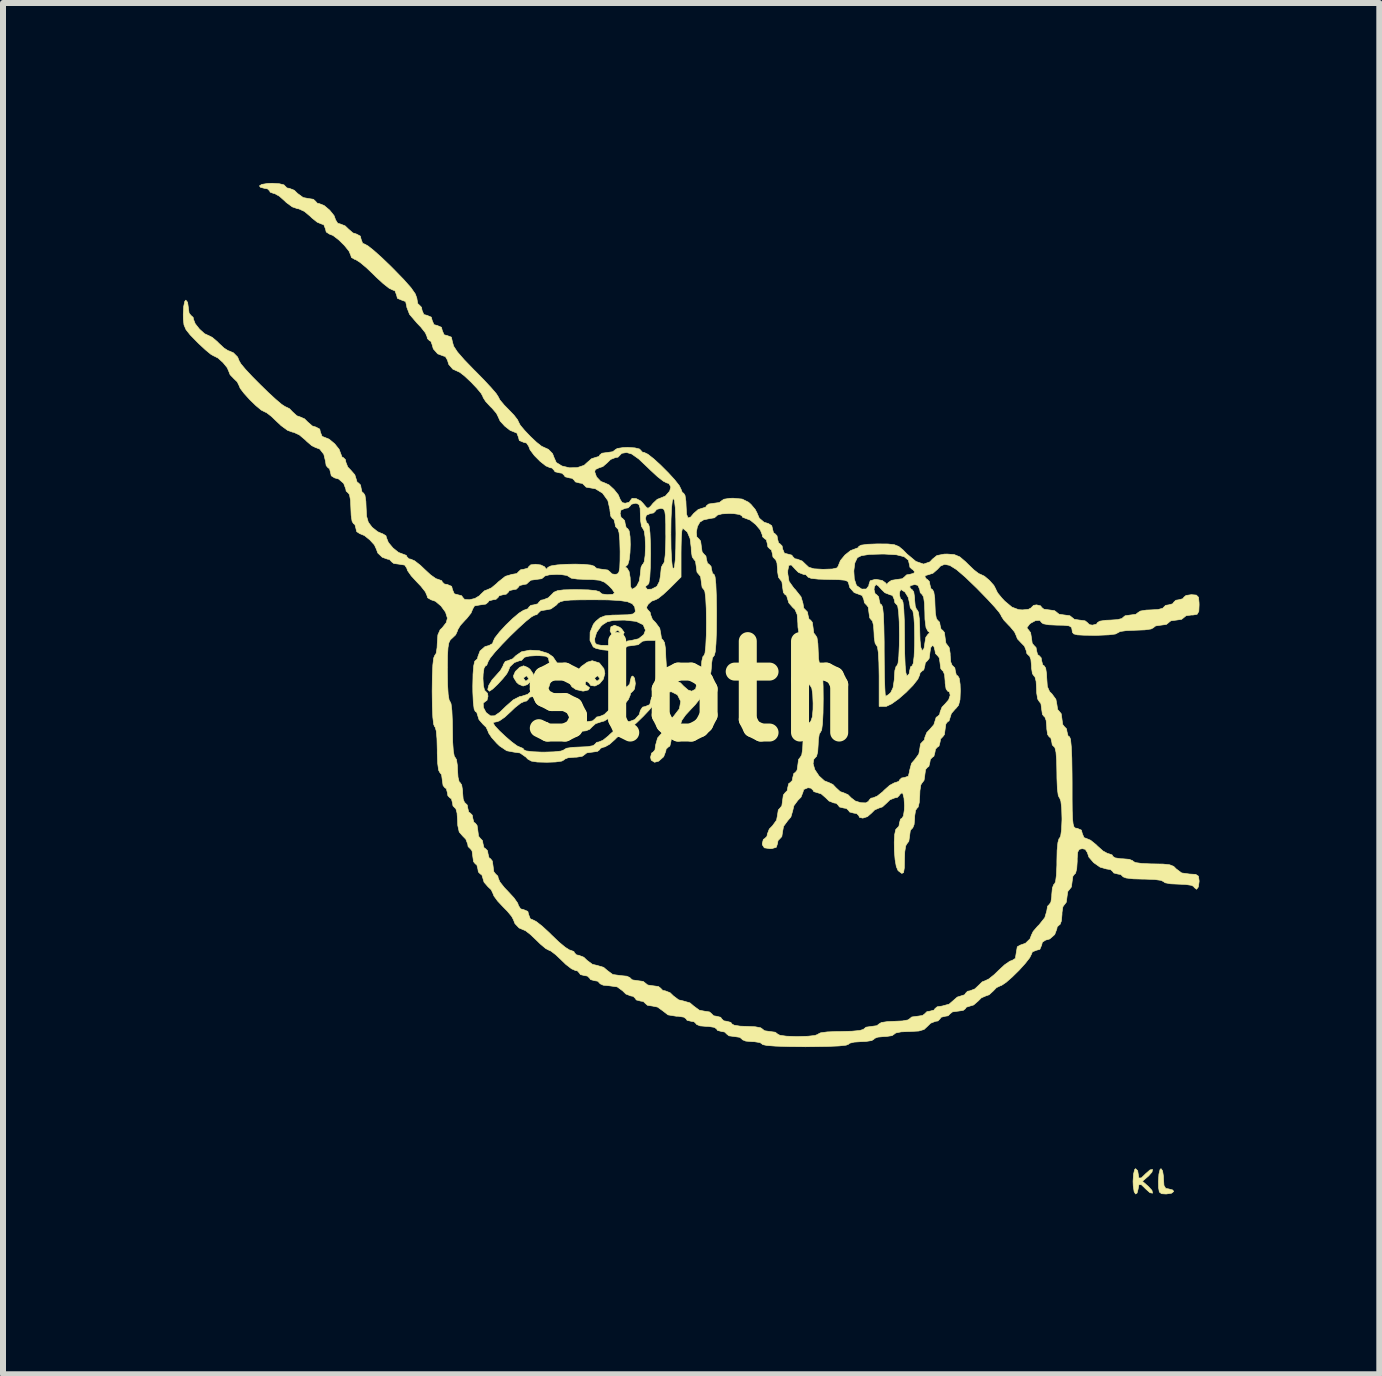
<source format=kicad_pcb>
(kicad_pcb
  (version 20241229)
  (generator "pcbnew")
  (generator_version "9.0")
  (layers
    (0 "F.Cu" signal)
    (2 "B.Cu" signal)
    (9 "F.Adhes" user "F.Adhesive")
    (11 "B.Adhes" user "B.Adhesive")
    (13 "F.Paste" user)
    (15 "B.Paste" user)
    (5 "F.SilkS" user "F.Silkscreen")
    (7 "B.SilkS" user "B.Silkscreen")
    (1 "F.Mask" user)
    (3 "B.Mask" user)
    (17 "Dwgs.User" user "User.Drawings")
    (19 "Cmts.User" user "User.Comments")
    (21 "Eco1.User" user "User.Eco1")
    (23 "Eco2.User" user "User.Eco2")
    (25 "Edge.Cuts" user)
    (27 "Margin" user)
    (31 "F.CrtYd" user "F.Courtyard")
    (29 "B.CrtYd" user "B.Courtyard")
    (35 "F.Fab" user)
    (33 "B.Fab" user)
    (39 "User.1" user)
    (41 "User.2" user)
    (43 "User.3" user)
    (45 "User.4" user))
  (footprint "sloth"
    (layer "F.Cu")
    (at 8.472 8.472)
    (property "Reference" "sloth" (at 0 0 0) (layer "F.SilkS") (effects (font (size 1.524 1.524) (thickness 0.3))))
    (attr through_hole)
    (fp_poly (pts (xy 7.858 7.996) (xy 7.873 8.09) (xy 7.874 8.128) (xy 7.881 8.239) (xy 7.91 8.288) (xy 7.959 8.297) (xy 8.027 8.315) (xy 8.043 8.34) (xy 8.007 8.369) (xy 7.918 8.382) (xy 7.916 8.382) (xy 7.841 8.377) (xy 7.804 8.349) (xy 7.791 8.275) (xy 7.789 8.17) (xy 7.797 8.05) (xy 7.816 7.973) (xy 7.832 7.959) (xy 7.858 7.996)) (stroke (width 0.01) (type solid)) (fill yes) (layer "F.SilkS"))
    (fp_poly (pts (xy -1.19 -1.065) (xy -1.158 -1.037) (xy -1.116 -0.979) (xy -1.142 -0.927) (xy -1.158 -0.91) (xy -1.218 -0.857) (xy -1.259 -0.865) (xy -1.302 -0.91) (xy -1.336 -0.974) (xy -1.27 -0.974) (xy -1.238 -0.933) (xy -1.228 -0.931) (xy -1.187 -0.964) (xy -1.185 -0.974) (xy -1.218 -1.015) (xy -1.228 -1.016) (xy -1.269 -0.984) (xy -1.27 -0.974) (xy -1.336 -0.974) (xy -1.352 -1.004) (xy -1.338 -1.073) (xy -1.277 -1.099) (xy -1.19 -1.065)) (stroke (width 0.01) (type solid)) (fill yes) (layer "F.SilkS"))
    (fp_poly (pts (xy -2.726 -0.396) (xy -2.685 -0.363) (xy -2.635 -0.29) (xy -2.625 -0.254) (xy -2.658 -0.177) (xy -2.734 -0.109) (xy -2.802 -0.086) (xy -2.875 -0.117) (xy -2.91 -0.148) (xy -2.949 -0.212) (xy -2.794 -0.212) (xy -2.762 -0.171) (xy -2.752 -0.169) (xy -2.711 -0.202) (xy -2.709 -0.212) (xy -2.742 -0.253) (xy -2.752 -0.254) (xy -2.793 -0.222) (xy -2.794 -0.212) (xy -2.949 -0.212) (xy -2.956 -0.222) (xy -2.963 -0.255) (xy -2.931 -0.329) (xy -2.859 -0.398) (xy -2.794 -0.423) (xy -2.726 -0.396)) (stroke (width 0.01) (type solid)) (fill yes) (layer "F.SilkS"))
    (fp_poly (pts (xy 7.443 7.994) (xy 7.451 8.043) (xy 7.463 8.115) (xy 7.504 8.114) (xy 7.581 8.039) (xy 7.584 8.037) (xy 7.649 7.98) (xy 7.691 7.973) (xy 7.682 8.016) (xy 7.623 8.083) (xy 7.62 8.085) (xy 7.522 8.17) (xy 7.62 8.255) (xy 7.681 8.322) (xy 7.691 8.367) (xy 7.691 8.368) (xy 7.647 8.36) (xy 7.584 8.304) (xy 7.506 8.228) (xy 7.464 8.225) (xy 7.451 8.295) (xy 7.451 8.297) (xy 7.433 8.366) (xy 7.408 8.382) (xy 7.384 8.344) (xy 7.369 8.247) (xy 7.366 8.17) (xy 7.374 8.05) (xy 7.393 7.973) (xy 7.408 7.959) (xy 7.443 7.994)) (stroke (width 0.01) (type solid)) (fill yes) (layer "F.SilkS"))
    (fp_poly (pts (xy -1.531 -0.471) (xy -1.455 -0.375) (xy -1.439 -0.296) (xy -1.465 -0.2) (xy -1.527 -0.125) (xy -1.604 -0.086) (xy -1.673 -0.094) (xy -1.705 -0.138) (xy -1.742 -0.165) (xy -1.762 -0.153) (xy -1.767 -0.109) (xy -1.746 -0.097) (xy -1.694 -0.058) (xy -1.714 -0.021) (xy -1.793 -0.002) (xy -1.81 -0.002) (xy -1.92 -0.027) (xy -1.988 -0.073) (xy -2.025 -0.132) (xy -1.998 -0.159) (xy -1.952 -0.211) (xy -1.952 -0.212) (xy -1.609 -0.212) (xy -1.576 -0.171) (xy -1.566 -0.169) (xy -1.525 -0.202) (xy -1.524 -0.212) (xy -1.556 -0.253) (xy -1.566 -0.254) (xy -1.607 -0.222) (xy -1.609 -0.212) (xy -1.952 -0.212) (xy -1.947 -0.238) (xy -1.913 -0.322) (xy -1.831 -0.413) (xy -1.731 -0.484) (xy -1.65 -0.508) (xy -1.531 -0.471)) (stroke (width 0.01) (type solid)) (fill yes) (layer "F.SilkS"))
    (fp_poly (pts (xy -0.944 -0.217) (xy -0.931 -0.129) (xy -0.931 -0.127) (xy -0.944 -0.038) (xy -0.973 -0.00001) (xy -0.974 0) (xy -1.011 0.034) (xy -1.016 0.065) (xy -1.048 0.14) (xy -1.129 0.241) (xy -1.238 0.348) (xy -1.353 0.44) (xy -1.452 0.498) (xy -1.492 0.508) (xy -1.593 0.541) (xy -1.651 0.593) (xy -1.692 0.635) (xy -1.753 0.66) (xy -1.854 0.672) (xy -2.015 0.676) (xy -2.073 0.676) (xy -2.279 0.669) (xy -2.411 0.651) (xy -2.482 0.62) (xy -2.487 0.614) (xy -2.535 0.544) (xy -2.512 0.513) (xy -2.455 0.508) (xy -2.387 0.526) (xy -2.371 0.55) (xy -2.332 0.573) (xy -2.231 0.588) (xy -2.117 0.593) (xy -1.981 0.586) (xy -1.89 0.569) (xy -1.863 0.55) (xy -1.826 0.521) (xy -1.737 0.508) (xy -1.736 0.508) (xy -1.646 0.496) (xy -1.609 0.466) (xy -1.609 0.466) (xy -1.574 0.43) (xy -1.533 0.423) (xy -1.451 0.391) (xy -1.397 0.339) (xy -1.321 0.273) (xy -1.261 0.254) (xy -1.197 0.22) (xy -1.185 0.169) (xy -1.168 0.101) (xy -1.143 0.085) (xy -1.109 0.049) (xy -1.101 0) (xy -1.083 -0.069) (xy -1.058 -0.085) (xy -1.024 -0.12) (xy -1.016 -0.169) (xy -0.998 -0.238) (xy -0.974 -0.254) (xy -0.944 -0.217)) (stroke (width 0.01) (type solid)) (fill yes) (layer "F.SilkS"))
    (fp_poly (pts (xy -6.864 -8.459) (xy -6.788 -8.44) (xy -6.773 -8.424) (xy -6.738 -8.389) (xy -6.698 -8.382) (xy -6.616 -8.35) (xy -6.562 -8.297) (xy -6.468 -8.229) (xy -6.383 -8.213) (xy -6.298 -8.2) (xy -6.265 -8.17) (xy -6.231 -8.133) (xy -6.2 -8.128) (xy -6.119 -8.096) (xy -6.027 -8.019) (xy -5.953 -7.927) (xy -5.927 -7.855) (xy -5.892 -7.8) (xy -5.851 -7.789) (xy -5.769 -7.757) (xy -5.715 -7.705) (xy -5.639 -7.639) (xy -5.579 -7.62) (xy -5.515 -7.586) (xy -5.503 -7.535) (xy -5.477 -7.466) (xy -5.439 -7.451) (xy -5.387 -7.422) (xy -5.289 -7.344) (xy -5.158 -7.227) (xy -5.008 -7.083) (xy -4.974 -7.049) (xy -4.793 -6.863) (xy -4.67 -6.724) (xy -4.599 -6.622) (xy -4.573 -6.551) (xy -4.572 -6.541) (xy -4.558 -6.461) (xy -4.53 -6.435) (xy -4.495 -6.399) (xy -4.487 -6.35) (xy -4.457 -6.279) (xy -4.403 -6.265) (xy -4.332 -6.235) (xy -4.318 -6.181) (xy -4.288 -6.11) (xy -4.233 -6.096) (xy -4.163 -6.066) (xy -4.149 -6.011) (xy -4.119 -5.941) (xy -4.064 -5.927) (xy -3.998 -5.902) (xy -3.979 -5.819) (xy -3.96 -5.751) (xy -3.897 -5.655) (xy -3.784 -5.525) (xy -3.614 -5.349) (xy -3.598 -5.334) (xy -3.454 -5.187) (xy -3.335 -5.059) (xy -3.252 -4.963) (xy -3.218 -4.911) (xy -3.217 -4.909) (xy -3.189 -4.855) (xy -3.116 -4.768) (xy -3.048 -4.699) (xy -2.954 -4.601) (xy -2.893 -4.522) (xy -2.879 -4.49) (xy -2.85 -4.434) (xy -2.776 -4.346) (xy -2.679 -4.244) (xy -2.578 -4.149) (xy -2.494 -4.083) (xy -2.453 -4.064) (xy -2.38 -4.031) (xy -2.311 -3.96) (xy -2.286 -3.895) (xy -2.249 -3.812) (xy -2.155 -3.754) (xy -2.03 -3.724) (xy -1.899 -3.727) (xy -1.786 -3.765) (xy -1.736 -3.81) (xy -1.66 -3.876) (xy -1.599 -3.895) (xy -1.536 -3.914) (xy -1.524 -3.937) (xy -1.487 -3.967) (xy -1.399 -3.979) (xy -1.397 -3.979) (xy -1.308 -3.992) (xy -1.27 -4.021) (xy -1.27 -4.022) (xy -1.232 -4.046) (xy -1.135 -4.061) (xy -1.058 -4.064) (xy -0.938 -4.056) (xy -0.861 -4.037) (xy -0.847 -4.022) (xy -0.812 -3.984) (xy -0.782 -3.979) (xy -0.722 -3.95) (xy -0.624 -3.873) (xy -0.506 -3.765) (xy -0.384 -3.643) (xy -0.276 -3.525) (xy -0.199 -3.427) (xy -0.169 -3.366) (xy -0.169 -3.366) (xy -0.147 -3.309) (xy -0.127 -3.302) (xy -0.103 -3.264) (xy -0.088 -3.167) (xy -0.085 -3.09) (xy -0.077 -2.949) (xy -0.053 -2.888) (xy -0.008 -2.903) (xy 0.042 -2.963) (xy 0.118 -3.029) (xy 0.179 -3.048) (xy 0.242 -3.068) (xy 0.254 -3.09) (xy 0.291 -3.12) (xy 0.379 -3.133) (xy 0.381 -3.133) (xy 0.47 -3.145) (xy 0.508 -3.174) (xy 0.508 -3.175) (xy 0.546 -3.2) (xy 0.642 -3.215) (xy 0.7 -3.217) (xy 0.849 -3.203) (xy 0.956 -3.15) (xy 0.997 -3.113) (xy 1.067 -3.03) (xy 1.1 -2.967) (xy 1.101 -2.962) (xy 1.135 -2.884) (xy 1.214 -2.817) (xy 1.288 -2.794) (xy 1.343 -2.759) (xy 1.355 -2.709) (xy 1.372 -2.641) (xy 1.397 -2.625) (xy 1.431 -2.589) (xy 1.439 -2.54) (xy 1.457 -2.471) (xy 1.482 -2.455) (xy 1.516 -2.42) (xy 1.524 -2.371) (xy 1.554 -2.3) (xy 1.609 -2.286) (xy 1.677 -2.268) (xy 1.693 -2.244) (xy 1.728 -2.208) (xy 1.769 -2.201) (xy 1.851 -2.169) (xy 1.905 -2.117) (xy 1.96 -2.066) (xy 2.047 -2.04) (xy 2.19 -2.032) (xy 2.211 -2.032) (xy 2.354 -2.037) (xy 2.43 -2.055) (xy 2.455 -2.09) (xy 2.455 -2.097) (xy 2.488 -2.178) (xy 2.564 -2.27) (xy 2.657 -2.344) (xy 2.729 -2.371) (xy 2.786 -2.393) (xy 2.794 -2.413) (xy 2.833 -2.434) (xy 2.94 -2.449) (xy 3.098 -2.455) (xy 3.115 -2.455) (xy 3.279 -2.454) (xy 3.386 -2.442) (xy 3.461 -2.412) (xy 3.533 -2.353) (xy 3.598 -2.286) (xy 3.746 -2.163) (xy 3.874 -2.119) (xy 3.98 -2.156) (xy 4.022 -2.201) (xy 4.096 -2.261) (xy 4.217 -2.285) (xy 4.267 -2.286) (xy 4.386 -2.277) (xy 4.478 -2.239) (xy 4.575 -2.156) (xy 4.614 -2.117) (xy 4.712 -2.023) (xy 4.792 -1.961) (xy 4.825 -1.947) (xy 4.888 -1.917) (xy 4.971 -1.847) (xy 5.045 -1.764) (xy 5.08 -1.698) (xy 5.08 -1.694) (xy 5.108 -1.639) (xy 5.179 -1.552) (xy 5.227 -1.501) (xy 5.347 -1.401) (xy 5.459 -1.359) (xy 5.523 -1.355) (xy 5.622 -1.365) (xy 5.671 -1.391) (xy 5.673 -1.397) (xy 5.708 -1.431) (xy 5.757 -1.439) (xy 5.826 -1.422) (xy 5.842 -1.397) (xy 5.879 -1.367) (xy 5.967 -1.355) (xy 5.969 -1.355) (xy 6.058 -1.342) (xy 6.096 -1.313) (xy 6.096 -1.312) (xy 6.133 -1.283) (xy 6.221 -1.27) (xy 6.223 -1.27) (xy 6.312 -1.258) (xy 6.35 -1.228) (xy 6.35 -1.228) (xy 6.387 -1.198) (xy 6.475 -1.185) (xy 6.477 -1.185) (xy 6.566 -1.173) (xy 6.604 -1.144) (xy 6.604 -1.143) (xy 6.639 -1.109) (xy 6.689 -1.101) (xy 6.757 -1.118) (xy 6.773 -1.143) (xy 6.811 -1.167) (xy 6.909 -1.182) (xy 6.985 -1.185) (xy 7.106 -1.193) (xy 7.182 -1.212) (xy 7.197 -1.228) (xy 7.233 -1.257) (xy 7.322 -1.27) (xy 7.324 -1.27) (xy 7.413 -1.282) (xy 7.451 -1.312) (xy 7.451 -1.312) (xy 7.489 -1.336) (xy 7.586 -1.352) (xy 7.662 -1.355) (xy 7.783 -1.362) (xy 7.86 -1.382) (xy 7.874 -1.397) (xy 7.909 -1.431) (xy 7.959 -1.439) (xy 8.027 -1.457) (xy 8.043 -1.482) (xy 8.079 -1.516) (xy 8.128 -1.524) (xy 8.197 -1.542) (xy 8.213 -1.566) (xy 8.249 -1.596) (xy 8.338 -1.609) (xy 8.34 -1.609) (xy 8.421 -1.602) (xy 8.457 -1.566) (xy 8.466 -1.476) (xy 8.467 -1.439) (xy 8.462 -1.331) (xy 8.434 -1.282) (xy 8.367 -1.27) (xy 8.34 -1.27) (xy 8.25 -1.258) (xy 8.213 -1.228) (xy 8.213 -1.228) (xy 8.176 -1.198) (xy 8.087 -1.185) (xy 8.086 -1.185) (xy 7.996 -1.173) (xy 7.959 -1.144) (xy 7.959 -1.143) (xy 7.922 -1.113) (xy 7.833 -1.101) (xy 7.832 -1.101) (xy 7.742 -1.088) (xy 7.705 -1.059) (xy 7.705 -1.058) (xy 7.666 -1.037) (xy 7.561 -1.022) (xy 7.409 -1.016) (xy 7.408 -1.016) (xy 7.256 -1.01) (xy 7.151 -0.995) (xy 7.112 -0.974) (xy 7.112 -0.974) (xy 7.072 -0.953) (xy 6.961 -0.939) (xy 6.794 -0.932) (xy 6.731 -0.931) (xy 6.55 -0.933) (xy 6.438 -0.939) (xy 6.377 -0.955) (xy 6.354 -0.983) (xy 6.35 -1.016) (xy 6.341 -1.063) (xy 6.3 -1.089) (xy 6.209 -1.099) (xy 6.096 -1.101) (xy 5.961 -1.107) (xy 5.869 -1.124) (xy 5.842 -1.143) (xy 5.812 -1.181) (xy 5.741 -1.177) (xy 5.659 -1.133) (xy 5.638 -1.115) (xy 5.595 -1.055) (xy 5.62 -1.026) (xy 5.658 -0.976) (xy 5.673 -0.885) (xy 5.685 -0.798) (xy 5.715 -0.762) (xy 5.749 -0.727) (xy 5.757 -0.677) (xy 5.775 -0.609) (xy 5.8 -0.593) (xy 5.834 -0.557) (xy 5.842 -0.508) (xy 5.86 -0.439) (xy 5.884 -0.423) (xy 5.909 -0.385) (xy 5.924 -0.289) (xy 5.927 -0.221) (xy 5.937 -0.078) (xy 5.975 0.008) (xy 6.011 0.042) (xy 6.08 0.136) (xy 6.096 0.221) (xy 6.109 0.306) (xy 6.138 0.339) (xy 6.168 0.375) (xy 6.181 0.464) (xy 6.181 0.466) (xy 6.193 0.555) (xy 6.222 0.593) (xy 6.223 0.593) (xy 6.257 0.628) (xy 6.265 0.677) (xy 6.283 0.746) (xy 6.308 0.762) (xy 6.324 0.803) (xy 6.336 0.924) (xy 6.345 1.117) (xy 6.349 1.378) (xy 6.35 1.524) (xy 6.35 1.795) (xy 6.352 1.993) (xy 6.357 2.129) (xy 6.367 2.215) (xy 6.381 2.262) (xy 6.403 2.282) (xy 6.432 2.286) (xy 6.435 2.286) (xy 6.505 2.316) (xy 6.519 2.371) (xy 6.548 2.441) (xy 6.587 2.455) (xy 6.657 2.484) (xy 6.748 2.557) (xy 6.773 2.582) (xy 6.864 2.663) (xy 6.944 2.707) (xy 6.96 2.709) (xy 7.019 2.731) (xy 7.027 2.752) (xy 7.065 2.778) (xy 7.159 2.793) (xy 7.197 2.794) (xy 7.303 2.803) (xy 7.362 2.827) (xy 7.366 2.836) (xy 7.406 2.857) (xy 7.513 2.872) (xy 7.672 2.879) (xy 7.695 2.879) (xy 7.868 2.882) (xy 7.977 2.894) (xy 8.043 2.92) (xy 8.086 2.963) (xy 8.176 3.03) (xy 8.307 3.048) (xy 8.411 3.054) (xy 8.456 3.084) (xy 8.467 3.16) (xy 8.467 3.175) (xy 8.454 3.264) (xy 8.425 3.302) (xy 8.424 3.302) (xy 8.383 3.27) (xy 8.382 3.26) (xy 8.343 3.237) (xy 8.243 3.222) (xy 8.128 3.217) (xy 7.993 3.211) (xy 7.901 3.194) (xy 7.874 3.175) (xy 7.834 3.154) (xy 7.726 3.139) (xy 7.566 3.133) (xy 7.535 3.133) (xy 7.368 3.128) (xy 7.25 3.114) (xy 7.198 3.094) (xy 7.197 3.09) (xy 7.161 3.056) (xy 7.112 3.048) (xy 7.043 3.03) (xy 7.027 3.006) (xy 6.991 2.974) (xy 6.92 2.963) (xy 6.816 2.933) (xy 6.709 2.858) (xy 6.629 2.765) (xy 6.604 2.69) (xy 6.569 2.636) (xy 6.519 2.625) (xy 6.469 2.636) (xy 6.443 2.683) (xy 6.435 2.787) (xy 6.435 2.836) (xy 6.427 2.957) (xy 6.408 3.034) (xy 6.392 3.048) (xy 6.363 3.085) (xy 6.35 3.173) (xy 6.35 3.175) (xy 6.338 3.264) (xy 6.308 3.302) (xy 6.308 3.302) (xy 6.278 3.339) (xy 6.265 3.427) (xy 6.265 3.429) (xy 6.253 3.518) (xy 6.224 3.556) (xy 6.223 3.556) (xy 6.196 3.594) (xy 6.182 3.687) (xy 6.181 3.725) (xy 6.171 3.831) (xy 6.148 3.89) (xy 6.138 3.895) (xy 6.101 3.929) (xy 6.096 3.961) (xy 6.06 4.057) (xy 5.977 4.13) (xy 5.909 4.149) (xy 5.854 4.184) (xy 5.842 4.233) (xy 5.812 4.304) (xy 5.757 4.318) (xy 5.688 4.345) (xy 5.673 4.382) (xy 5.643 4.443) (xy 5.568 4.539) (xy 5.465 4.653) (xy 5.352 4.764) (xy 5.249 4.854) (xy 5.173 4.905) (xy 5.154 4.911) (xy 5.089 4.942) (xy 5.038 4.995) (xy 4.966 5.061) (xy 4.911 5.08) (xy 4.837 5.112) (xy 4.784 5.165) (xy 4.708 5.231) (xy 4.647 5.249) (xy 4.584 5.269) (xy 4.572 5.292) (xy 4.535 5.321) (xy 4.447 5.334) (xy 4.445 5.334) (xy 4.356 5.346) (xy 4.318 5.376) (xy 4.318 5.376) (xy 4.283 5.411) (xy 4.233 5.419) (xy 4.165 5.436) (xy 4.149 5.461) (xy 4.114 5.497) (xy 4.073 5.503) (xy 3.991 5.535) (xy 3.937 5.588) (xy 3.882 5.639) (xy 3.795 5.665) (xy 3.652 5.673) (xy 3.631 5.673) (xy 3.5 5.679) (xy 3.411 5.697) (xy 3.387 5.715) (xy 3.349 5.742) (xy 3.255 5.756) (xy 3.217 5.757) (xy 3.111 5.767) (xy 3.052 5.79) (xy 3.048 5.8) (xy 3.01 5.824) (xy 2.913 5.839) (xy 2.836 5.842) (xy 2.716 5.85) (xy 2.639 5.869) (xy 2.625 5.884) (xy 2.583 5.901) (xy 2.464 5.914) (xy 2.272 5.922) (xy 2.013 5.926) (xy 1.905 5.927) (xy 1.624 5.924) (xy 1.408 5.917) (xy 1.261 5.906) (xy 1.191 5.891) (xy 1.185 5.884) (xy 1.148 5.858) (xy 1.054 5.843) (xy 1.016 5.842) (xy 0.91 5.833) (xy 0.851 5.809) (xy 0.847 5.8) (xy 0.81 5.77) (xy 0.721 5.757) (xy 0.72 5.757) (xy 0.63 5.745) (xy 0.593 5.716) (xy 0.593 5.715) (xy 0.557 5.681) (xy 0.508 5.673) (xy 0.439 5.655) (xy 0.423 5.63) (xy 0.386 5.604) (xy 0.292 5.589) (xy 0.254 5.588) (xy 0.148 5.579) (xy 0.089 5.555) (xy 0.085 5.546) (xy 0.049 5.511) (xy 0 5.503) (xy -0.069 5.486) (xy -0.085 5.461) (xy -0.122 5.434) (xy -0.215 5.419) (xy -0.245 5.419) (xy -0.386 5.396) (xy -0.466 5.334) (xy -0.56 5.266) (xy -0.644 5.249) (xy -0.729 5.236) (xy -0.762 5.207) (xy -0.797 5.173) (xy -0.847 5.165) (xy -0.915 5.147) (xy -0.931 5.122) (xy -0.966 5.087) (xy -1.007 5.08) (xy -1.089 5.048) (xy -1.143 4.995) (xy -1.233 4.929) (xy -1.364 4.911) (xy -1.467 4.901) (xy -1.521 4.876) (xy -1.524 4.868) (xy -1.559 4.834) (xy -1.609 4.826) (xy -1.677 4.808) (xy -1.693 4.784) (xy -1.729 4.749) (xy -1.778 4.741) (xy -1.847 4.724) (xy -1.863 4.699) (xy -1.897 4.662) (xy -1.929 4.657) (xy -1.994 4.628) (xy -2.09 4.554) (xy -2.159 4.487) (xy -2.257 4.394) (xy -2.338 4.332) (xy -2.371 4.318) (xy -2.425 4.29) (xy -2.513 4.216) (xy -2.582 4.149) (xy -2.681 4.055) (xy -2.761 3.993) (xy -2.794 3.979) (xy -2.869 3.947) (xy -2.938 3.874) (xy -2.963 3.81) (xy -2.992 3.755) (xy -3.065 3.667) (xy -3.133 3.598) (xy -3.227 3.498) (xy -3.288 3.414) (xy -3.302 3.378) (xy -3.333 3.311) (xy -3.387 3.26) (xy -3.453 3.184) (xy -3.471 3.123) (xy -3.491 3.06) (xy -3.514 3.048) (xy -3.548 3.013) (xy -3.556 2.963) (xy -3.574 2.895) (xy -3.598 2.879) (xy -3.628 2.842) (xy -3.641 2.753) (xy -3.641 2.752) (xy -3.653 2.662) (xy -3.682 2.625) (xy -3.683 2.625) (xy -3.719 2.59) (xy -3.725 2.549) (xy -3.757 2.467) (xy -3.81 2.413) (xy -3.867 2.347) (xy -3.891 2.239) (xy -3.895 2.15) (xy -3.903 2.032) (xy -3.923 1.959) (xy -3.937 1.947) (xy -3.971 1.912) (xy -3.979 1.863) (xy -3.997 1.794) (xy -4.022 1.778) (xy -4.056 1.743) (xy -4.064 1.693) (xy -4.082 1.625) (xy -4.106 1.609) (xy -4.136 1.572) (xy -4.149 1.483) (xy -4.149 1.482) (xy -4.161 1.392) (xy -4.19 1.355) (xy -4.191 1.355) (xy -4.211 1.315) (xy -4.226 1.204) (xy -4.233 1.037) (xy -4.233 0.974) (xy -4.238 0.791) (xy -4.25 0.661) (xy -4.269 0.597) (xy -4.276 0.593) (xy -4.293 0.552) (xy -4.307 0.434) (xy -4.315 0.248) (xy -4.318 0.001) (xy -4.318 0) (xy -4.315 -0.247) (xy -4.311 -0.329) (xy -4.064 -0.329) (xy -4.061 -0.109) (xy -4.051 0.053) (xy -4.035 0.148) (xy -4.022 0.169) (xy -4.003 0.21) (xy -3.989 0.324) (xy -3.981 0.501) (xy -3.979 0.635) (xy -3.976 0.845) (xy -3.965 0.999) (xy -3.949 1.085) (xy -3.937 1.101) (xy -3.913 1.139) (xy -3.898 1.236) (xy -3.895 1.312) (xy -3.887 1.433) (xy -3.868 1.51) (xy -3.852 1.524) (xy -3.826 1.562) (xy -3.811 1.655) (xy -3.81 1.693) (xy -3.801 1.799) (xy -3.777 1.858) (xy -3.768 1.863) (xy -3.733 1.898) (xy -3.725 1.947) (xy -3.708 2.016) (xy -3.683 2.032) (xy -3.649 2.067) (xy -3.641 2.117) (xy -3.623 2.185) (xy -3.598 2.201) (xy -3.569 2.238) (xy -3.556 2.327) (xy -3.556 2.328) (xy -3.544 2.418) (xy -3.514 2.455) (xy -3.514 2.455) (xy -3.479 2.491) (xy -3.471 2.54) (xy -3.454 2.609) (xy -3.429 2.625) (xy -3.395 2.66) (xy -3.387 2.709) (xy -3.369 2.778) (xy -3.344 2.794) (xy -3.315 2.831) (xy -3.302 2.919) (xy -3.302 2.921) (xy -3.29 3.01) (xy -3.26 3.048) (xy -3.26 3.048) (xy -3.223 3.083) (xy -3.217 3.115) (xy -3.189 3.18) (xy -3.114 3.275) (xy -3.048 3.344) (xy -2.954 3.446) (xy -2.892 3.534) (xy -2.879 3.574) (xy -2.843 3.629) (xy -2.794 3.641) (xy -2.723 3.671) (xy -2.709 3.725) (xy -2.682 3.795) (xy -2.643 3.81) (xy -2.585 3.839) (xy -2.487 3.915) (xy -2.368 4.024) (xy -2.328 4.064) (xy -2.206 4.181) (xy -2.1 4.269) (xy -2.027 4.315) (xy -2.013 4.318) (xy -1.955 4.34) (xy -1.947 4.36) (xy -1.912 4.396) (xy -1.872 4.403) (xy -1.79 4.435) (xy -1.736 4.487) (xy -1.647 4.553) (xy -1.566 4.572) (xy -1.459 4.604) (xy -1.397 4.657) (xy -1.307 4.723) (xy -1.176 4.741) (xy -1.073 4.751) (xy -1.019 4.776) (xy -1.016 4.784) (xy -0.979 4.813) (xy -0.891 4.826) (xy -0.889 4.826) (xy -0.8 4.838) (xy -0.762 4.868) (xy -0.762 4.868) (xy -0.725 4.898) (xy -0.637 4.911) (xy -0.635 4.911) (xy -0.546 4.923) (xy -0.508 4.952) (xy -0.508 4.953) (xy -0.473 4.989) (xy -0.433 4.995) (xy -0.351 5.027) (xy -0.296 5.08) (xy -0.208 5.146) (xy -0.127 5.165) (xy -0.02 5.196) (xy 0.042 5.249) (xy 0.136 5.318) (xy 0.221 5.334) (xy 0.306 5.347) (xy 0.339 5.376) (xy 0.374 5.411) (xy 0.423 5.419) (xy 0.492 5.436) (xy 0.508 5.461) (xy 0.543 5.495) (xy 0.593 5.503) (xy 0.661 5.521) (xy 0.677 5.546) (xy 0.716 5.568) (xy 0.817 5.584) (xy 0.931 5.588) (xy 1.067 5.594) (xy 1.158 5.611) (xy 1.185 5.63) (xy 1.222 5.66) (xy 1.311 5.673) (xy 1.312 5.673) (xy 1.402 5.685) (xy 1.439 5.714) (xy 1.439 5.715) (xy 1.479 5.736) (xy 1.587 5.751) (xy 1.748 5.757) (xy 1.778 5.757) (xy 1.946 5.752) (xy 2.064 5.739) (xy 2.116 5.719) (xy 2.117 5.715) (xy 2.157 5.695) (xy 2.267 5.68) (xy 2.435 5.673) (xy 2.498 5.673) (xy 2.68 5.668) (xy 2.81 5.656) (xy 2.874 5.637) (xy 2.879 5.63) (xy 2.915 5.601) (xy 3.004 5.588) (xy 3.006 5.588) (xy 3.095 5.576) (xy 3.133 5.546) (xy 3.133 5.546) (xy 3.171 5.523) (xy 3.272 5.508) (xy 3.387 5.503) (xy 3.522 5.497) (xy 3.614 5.48) (xy 3.641 5.461) (xy 3.677 5.431) (xy 3.766 5.419) (xy 3.768 5.419) (xy 3.857 5.406) (xy 3.895 5.377) (xy 3.895 5.376) (xy 3.93 5.342) (xy 3.979 5.334) (xy 4.048 5.316) (xy 4.064 5.292) (xy 4.101 5.261) (xy 4.182 5.249) (xy 4.3 5.217) (xy 4.36 5.165) (xy 4.436 5.099) (xy 4.497 5.08) (xy 4.56 5.06) (xy 4.572 5.038) (xy 4.607 5.002) (xy 4.647 4.995) (xy 4.729 4.963) (xy 4.784 4.911) (xy 4.852 4.845) (xy 4.902 4.826) (xy 4.962 4.797) (xy 5.053 4.724) (xy 5.122 4.657) (xy 5.224 4.562) (xy 5.312 4.501) (xy 5.352 4.487) (xy 5.404 4.454) (xy 5.419 4.36) (xy 5.436 4.261) (xy 5.485 4.233) (xy 5.573 4.202) (xy 5.648 4.129) (xy 5.673 4.063) (xy 5.701 4.005) (xy 5.773 3.921) (xy 5.8 3.895) (xy 5.895 3.775) (xy 5.927 3.666) (xy 5.941 3.584) (xy 5.969 3.556) (xy 5.996 3.518) (xy 6.01 3.425) (xy 6.011 3.387) (xy 6.021 3.281) (xy 6.044 3.222) (xy 6.054 3.217) (xy 6.074 3.177) (xy 6.088 3.067) (xy 6.096 2.899) (xy 6.096 2.836) (xy 6.1 2.654) (xy 6.113 2.524) (xy 6.131 2.46) (xy 6.138 2.455) (xy 6.159 2.416) (xy 6.174 2.308) (xy 6.181 2.147) (xy 6.181 2.117) (xy 6.176 1.949) (xy 6.162 1.831) (xy 6.142 1.779) (xy 6.138 1.778) (xy 6.119 1.738) (xy 6.104 1.625) (xy 6.097 1.452) (xy 6.096 1.355) (xy 6.092 1.158) (xy 6.081 1.016) (xy 6.063 0.94) (xy 6.054 0.931) (xy 6.019 0.896) (xy 6.011 0.847) (xy 5.994 0.778) (xy 5.969 0.762) (xy 5.942 0.724) (xy 5.928 0.631) (xy 5.927 0.593) (xy 5.917 0.487) (xy 5.894 0.428) (xy 5.884 0.423) (xy 5.855 0.387) (xy 5.842 0.298) (xy 5.842 0.296) (xy 5.83 0.207) (xy 5.8 0.169) (xy 5.8 0.169) (xy 5.776 0.131) (xy 5.76 0.034) (xy 5.757 -0.042) (xy 5.75 -0.163) (xy 5.73 -0.24) (xy 5.715 -0.254) (xy 5.688 -0.292) (xy 5.674 -0.385) (xy 5.673 -0.423) (xy 5.663 -0.529) (xy 5.64 -0.588) (xy 5.63 -0.593) (xy 5.595 -0.628) (xy 5.588 -0.668) (xy 5.556 -0.75) (xy 5.503 -0.804) (xy 5.438 -0.873) (xy 5.419 -0.924) (xy 5.39 -0.988) (xy 5.318 -1.075) (xy 5.292 -1.101) (xy 5.212 -1.186) (xy 5.168 -1.254) (xy 5.165 -1.266) (xy 5.136 -1.312) (xy 5.058 -1.405) (xy 4.942 -1.531) (xy 4.798 -1.679) (xy 4.763 -1.715) (xy 4.57 -1.901) (xy 4.423 -2.027) (xy 4.311 -2.097) (xy 4.225 -2.115) (xy 4.156 -2.086) (xy 4.106 -2.032) (xy 4.03 -1.966) (xy 3.97 -1.947) (xy 3.906 -1.928) (xy 3.895 -1.905) (xy 3.927 -1.864) (xy 3.937 -1.863) (xy 3.971 -1.827) (xy 3.979 -1.778) (xy 3.997 -1.709) (xy 4.022 -1.693) (xy 4.044 -1.655) (xy 4.06 -1.554) (xy 4.064 -1.439) (xy 4.07 -1.304) (xy 4.087 -1.212) (xy 4.106 -1.185) (xy 4.141 -1.15) (xy 4.149 -1.101) (xy 4.166 -1.032) (xy 4.191 -1.016) (xy 4.221 -0.979) (xy 4.233 -0.891) (xy 4.233 -0.889) (xy 4.246 -0.8) (xy 4.275 -0.762) (xy 4.276 -0.762) (xy 4.302 -0.724) (xy 4.317 -0.631) (xy 4.318 -0.593) (xy 4.327 -0.487) (xy 4.351 -0.428) (xy 4.36 -0.423) (xy 4.395 -0.388) (xy 4.403 -0.339) (xy 4.42 -0.27) (xy 4.445 -0.254) (xy 4.468 -0.216) (xy 4.483 -0.116) (xy 4.487 -0.009) (xy 4.481 0.142) (xy 4.457 0.234) (xy 4.41 0.291) (xy 4.403 0.296) (xy 4.337 0.372) (xy 4.318 0.433) (xy 4.298 0.496) (xy 4.276 0.508) (xy 4.246 0.545) (xy 4.233 0.633) (xy 4.233 0.635) (xy 4.221 0.724) (xy 4.192 0.762) (xy 4.191 0.762) (xy 4.157 0.797) (xy 4.149 0.847) (xy 4.131 0.915) (xy 4.106 0.931) (xy 4.072 0.967) (xy 4.064 1.016) (xy 4.046 1.085) (xy 4.022 1.101) (xy 3.987 1.136) (xy 3.979 1.185) (xy 3.962 1.254) (xy 3.937 1.27) (xy 3.907 1.307) (xy 3.895 1.395) (xy 3.895 1.397) (xy 3.882 1.486) (xy 3.853 1.524) (xy 3.852 1.524) (xy 3.828 1.562) (xy 3.813 1.659) (xy 3.81 1.736) (xy 3.802 1.856) (xy 3.783 1.933) (xy 3.768 1.947) (xy 3.741 1.985) (xy 3.726 2.079) (xy 3.725 2.117) (xy 3.716 2.223) (xy 3.692 2.282) (xy 3.683 2.286) (xy 3.653 2.323) (xy 3.641 2.411) (xy 3.641 2.413) (xy 3.628 2.502) (xy 3.599 2.54) (xy 3.598 2.54) (xy 3.576 2.579) (xy 3.56 2.679) (xy 3.556 2.794) (xy 3.553 2.946) (xy 3.54 3.024) (xy 3.511 3.038) (xy 3.46 3) (xy 3.447 2.988) (xy 3.419 2.922) (xy 3.399 2.807) (xy 3.387 2.663) (xy 3.385 2.516) (xy 3.392 2.389) (xy 3.41 2.306) (xy 3.429 2.286) (xy 3.463 2.251) (xy 3.471 2.201) (xy 3.489 2.133) (xy 3.514 2.117) (xy 3.538 2.079) (xy 3.553 1.981) (xy 3.556 1.905) (xy 3.548 1.784) (xy 3.529 1.708) (xy 3.514 1.693) (xy 3.473 1.726) (xy 3.471 1.736) (xy 3.436 1.771) (xy 3.396 1.778) (xy 3.314 1.81) (xy 3.26 1.863) (xy 3.188 1.929) (xy 3.133 1.947) (xy 3.059 1.979) (xy 3.006 2.032) (xy 2.938 2.091) (xy 2.861 2.116) (xy 2.805 2.103) (xy 2.794 2.074) (xy 2.759 2.04) (xy 2.709 2.032) (xy 2.641 2.014) (xy 2.625 1.99) (xy 2.589 1.955) (xy 2.54 1.947) (xy 2.471 1.93) (xy 2.455 1.905) (xy 2.42 1.869) (xy 2.38 1.863) (xy 2.298 1.831) (xy 2.244 1.778) (xy 2.168 1.712) (xy 2.107 1.693) (xy 2.044 1.674) (xy 2.032 1.651) (xy 1.997 1.617) (xy 1.947 1.609) (xy 1.876 1.639) (xy 1.863 1.684) (xy 1.831 1.766) (xy 1.778 1.82) (xy 1.712 1.909) (xy 1.693 1.99) (xy 1.662 2.097) (xy 1.609 2.159) (xy 1.54 2.253) (xy 1.524 2.338) (xy 1.511 2.423) (xy 1.482 2.455) (xy 1.447 2.491) (xy 1.439 2.54) (xy 1.419 2.602) (xy 1.345 2.624) (xy 1.312 2.625) (xy 1.219 2.611) (xy 1.187 2.562) (xy 1.185 2.54) (xy 1.203 2.471) (xy 1.228 2.455) (xy 1.263 2.42) (xy 1.27 2.38) (xy 1.302 2.298) (xy 1.355 2.244) (xy 1.423 2.15) (xy 1.439 2.065) (xy 1.452 1.98) (xy 1.482 1.947) (xy 1.511 1.911) (xy 1.524 1.822) (xy 1.524 1.82) (xy 1.536 1.731) (xy 1.566 1.693) (xy 1.566 1.693) (xy 1.601 1.658) (xy 1.609 1.609) (xy 1.626 1.54) (xy 1.651 1.524) (xy 1.685 1.489) (xy 1.693 1.439) (xy 1.711 1.371) (xy 1.736 1.355) (xy 1.765 1.318) (xy 1.778 1.229) (xy 1.778 1.228) (xy 1.79 1.138) (xy 1.82 1.101) (xy 1.82 1.101) (xy 1.843 1.062) (xy 1.858 0.963) (xy 1.863 0.856) (xy 1.869 0.705) (xy 1.893 0.613) (xy 1.94 0.556) (xy 1.947 0.55) (xy 1.994 0.502) (xy 2.02 0.427) (xy 2.031 0.304) (xy 2.032 0.202) (xy 2.026 0.054) (xy 2.011 -0.048) (xy 1.99 -0.085) (xy 1.96 -0.121) (xy 1.947 -0.21) (xy 1.947 -0.212) (xy 1.935 -0.301) (xy 1.906 -0.339) (xy 1.905 -0.339) (xy 1.883 -0.378) (xy 1.868 -0.483) (xy 1.863 -0.635) (xy 1.863 -0.635) (xy 1.857 -0.787) (xy 1.842 -0.892) (xy 1.82 -0.931) (xy 1.82 -0.931) (xy 1.796 -0.969) (xy 1.78 -1.066) (xy 1.778 -1.134) (xy 1.767 -1.277) (xy 1.73 -1.363) (xy 1.693 -1.397) (xy 1.627 -1.473) (xy 1.609 -1.533) (xy 1.589 -1.597) (xy 1.566 -1.609) (xy 1.537 -1.645) (xy 1.524 -1.734) (xy 1.524 -1.736) (xy 1.512 -1.825) (xy 1.482 -1.863) (xy 1.482 -1.863) (xy 1.455 -1.9) (xy 1.445 -1.964) (xy 1.609 -1.964) (xy 1.631 -1.831) (xy 1.712 -1.717) (xy 1.736 -1.693) (xy 1.831 -1.573) (xy 1.863 -1.465) (xy 1.877 -1.383) (xy 1.905 -1.355) (xy 1.939 -1.319) (xy 1.947 -1.27) (xy 1.965 -1.201) (xy 1.99 -1.185) (xy 2.019 -1.149) (xy 2.032 -1.06) (xy 2.032 -1.058) (xy 2.044 -0.969) (xy 2.074 -0.931) (xy 2.074 -0.931) (xy 2.097 -0.893) (xy 2.112 -0.792) (xy 2.117 -0.677) (xy 2.123 -0.542) (xy 2.14 -0.45) (xy 2.159 -0.423) (xy 2.177 -0.383) (xy 2.191 -0.266) (xy 2.199 -0.082) (xy 2.201 0.127) (xy 2.198 0.362) (xy 2.189 0.538) (xy 2.175 0.646) (xy 2.159 0.677) (xy 2.135 0.715) (xy 2.12 0.813) (xy 2.117 0.889) (xy 2.109 1.01) (xy 2.09 1.086) (xy 2.074 1.101) (xy 2.043 1.137) (xy 2.032 1.208) (xy 2.061 1.308) (xy 2.132 1.414) (xy 2.221 1.495) (xy 2.296 1.524) (xy 2.362 1.555) (xy 2.413 1.609) (xy 2.485 1.675) (xy 2.54 1.693) (xy 2.614 1.725) (xy 2.667 1.778) (xy 2.734 1.83) (xy 2.826 1.859) (xy 2.911 1.862) (xy 2.96 1.834) (xy 2.963 1.82) (xy 2.998 1.783) (xy 3.031 1.778) (xy 3.101 1.749) (xy 3.192 1.677) (xy 3.217 1.651) (xy 3.308 1.57) (xy 3.388 1.527) (xy 3.404 1.524) (xy 3.463 1.502) (xy 3.471 1.482) (xy 3.507 1.447) (xy 3.556 1.439) (xy 3.62 1.417) (xy 3.64 1.338) (xy 3.641 1.322) (xy 3.673 1.203) (xy 3.725 1.143) (xy 3.794 1.049) (xy 3.81 0.964) (xy 3.823 0.879) (xy 3.852 0.847) (xy 3.888 0.812) (xy 3.895 0.771) (xy 3.927 0.69) (xy 3.979 0.635) (xy 4.045 0.559) (xy 4.064 0.499) (xy 4.084 0.435) (xy 4.106 0.423) (xy 4.142 0.388) (xy 4.149 0.348) (xy 4.181 0.266) (xy 4.233 0.212) (xy 4.292 0.144) (xy 4.318 0.067) (xy 4.304 0.011) (xy 4.276 0) (xy 4.249 -0.038) (xy 4.234 -0.131) (xy 4.233 -0.169) (xy 4.224 -0.275) (xy 4.2 -0.334) (xy 4.191 -0.339) (xy 4.161 -0.375) (xy 4.149 -0.464) (xy 4.149 -0.466) (xy 4.136 -0.555) (xy 4.107 -0.593) (xy 4.106 -0.593) (xy 4.072 -0.628) (xy 4.064 -0.677) (xy 4.046 -0.746) (xy 4.022 -0.762) (xy 3.992 -0.725) (xy 3.979 -0.637) (xy 3.979 -0.635) (xy 3.967 -0.546) (xy 3.938 -0.508) (xy 3.937 -0.508) (xy 3.903 -0.473) (xy 3.895 -0.423) (xy 3.877 -0.355) (xy 3.852 -0.339) (xy 3.815 -0.304) (xy 3.81 -0.274) (xy 3.778 -0.2) (xy 3.696 -0.096) (xy 3.583 0.019) (xy 3.458 0.128) (xy 3.342 0.211) (xy 3.253 0.253) (xy 3.239 0.254) (xy 3.133 0.254) (xy 3.133 -0.254) (xy 3.129 -0.477) (xy 3.12 -0.642) (xy 3.105 -0.739) (xy 3.09 -0.762) (xy 3.066 -0.8) (xy 3.051 -0.897) (xy 3.048 -0.974) (xy 3.04 -1.094) (xy 3.021 -1.171) (xy 3.006 -1.185) (xy 2.976 -1.222) (xy 2.963 -1.311) (xy 2.963 -1.312) (xy 2.951 -1.402) (xy 2.922 -1.439) (xy 2.921 -1.439) (xy 2.887 -1.475) (xy 2.879 -1.524) (xy 2.851 -1.594) (xy 2.812 -1.609) (xy 2.717 -1.644) (xy 2.674 -1.693) (xy 3.048 -1.693) (xy 3.066 -1.625) (xy 3.09 -1.609) (xy 3.125 -1.573) (xy 3.133 -1.524) (xy 3.15 -1.455) (xy 3.175 -1.439) (xy 3.191 -1.398) (xy 3.204 -1.278) (xy 3.212 -1.084) (xy 3.217 -0.823) (xy 3.217 -0.677) (xy 3.219 -0.434) (xy 3.222 -0.223) (xy 3.228 -0.057) (xy 3.234 0.05) (xy 3.242 0.085) (xy 3.288 0.058) (xy 3.326 0.024) (xy 3.365 -0.058) (xy 3.385 -0.188) (xy 3.387 -0.23) (xy 3.395 -0.344) (xy 3.416 -0.414) (xy 3.429 -0.423) (xy 3.448 -0.464) (xy 3.461 -0.58) (xy 3.469 -0.76) (xy 3.471 -0.931) (xy 3.468 -1.154) (xy 3.458 -1.319) (xy 3.443 -1.417) (xy 3.429 -1.439) (xy 3.395 -1.475) (xy 3.387 -1.524) (xy 3.357 -1.595) (xy 3.311 -1.609) (xy 3.471 -1.609) (xy 3.489 -1.54) (xy 3.514 -1.524) (xy 3.531 -1.483) (xy 3.544 -1.364) (xy 3.553 -1.176) (xy 3.556 -0.924) (xy 3.556 -0.889) (xy 3.559 -0.63) (xy 3.567 -0.433) (xy 3.579 -0.306) (xy 3.596 -0.255) (xy 3.598 -0.254) (xy 3.633 -0.289) (xy 3.641 -0.339) (xy 3.658 -0.407) (xy 3.683 -0.423) (xy 3.702 -0.464) (xy 3.716 -0.578) (xy 3.724 -0.755) (xy 3.725 -0.889) (xy 3.722 -1.099) (xy 3.711 -1.253) (xy 3.695 -1.339) (xy 3.683 -1.355) (xy 3.652 -1.391) (xy 3.641 -1.464) (xy 3.618 -1.564) (xy 3.564 -1.652) (xy 3.5 -1.693) (xy 3.496 -1.693) (xy 3.476 -1.658) (xy 3.471 -1.609) (xy 3.311 -1.609) (xy 3.229 -1.641) (xy 3.175 -1.693) (xy 3.137 -1.736) (xy 3.641 -1.736) (xy 3.673 -1.695) (xy 3.683 -1.693) (xy 3.71 -1.656) (xy 3.724 -1.562) (xy 3.725 -1.524) (xy 3.735 -1.418) (xy 3.758 -1.359) (xy 3.768 -1.355) (xy 3.789 -1.315) (xy 3.803 -1.207) (xy 3.81 -1.046) (xy 3.81 -1.016) (xy 3.815 -0.848) (xy 3.828 -0.73) (xy 3.849 -0.678) (xy 3.852 -0.677) (xy 3.882 -0.714) (xy 3.895 -0.801) (xy 3.911 -0.898) (xy 3.948 -0.949) (xy 3.979 -0.977) (xy 3.948 -0.998) (xy 3.915 -1.059) (xy 3.897 -1.199) (xy 3.895 -1.316) (xy 3.889 -1.467) (xy 3.874 -1.57) (xy 3.852 -1.609) (xy 3.818 -1.644) (xy 3.81 -1.693) (xy 3.78 -1.764) (xy 3.725 -1.778) (xy 3.657 -1.76) (xy 3.641 -1.736) (xy 3.137 -1.736) (xy 3.116 -1.758) (xy 3.081 -1.778) (xy 3.054 -1.742) (xy 3.048 -1.693) (xy 2.674 -1.693) (xy 2.643 -1.728) (xy 2.625 -1.796) (xy 2.611 -1.83) (xy 2.559 -1.85) (xy 2.452 -1.86) (xy 2.286 -1.863) (xy 2.118 -1.868) (xy 2 -1.881) (xy 1.948 -1.901) (xy 1.947 -1.905) (xy 1.912 -1.941) (xy 1.872 -1.947) (xy 1.79 -1.979) (xy 1.761 -2.007) (xy 2.711 -2.007) (xy 2.719 -1.872) (xy 2.753 -1.769) (xy 2.762 -1.757) (xy 2.843 -1.702) (xy 2.919 -1.703) (xy 2.961 -1.757) (xy 2.963 -1.778) (xy 2.984 -1.841) (xy 3.06 -1.862) (xy 3.087 -1.863) (xy 3.184 -1.846) (xy 3.235 -1.81) (xy 3.263 -1.779) (xy 3.284 -1.81) (xy 3.34 -1.848) (xy 3.433 -1.863) (xy 3.52 -1.875) (xy 3.556 -1.905) (xy 3.591 -1.939) (xy 3.641 -1.947) (xy 3.709 -1.965) (xy 3.725 -1.99) (xy 3.693 -2.031) (xy 3.683 -2.032) (xy 3.646 -2.066) (xy 3.641 -2.099) (xy 3.62 -2.185) (xy 3.55 -2.242) (xy 3.421 -2.274) (xy 3.221 -2.286) (xy 3.175 -2.286) (xy 2.969 -2.28) (xy 2.837 -2.259) (xy 2.77 -2.226) (xy 2.728 -2.138) (xy 2.711 -2.007) (xy 1.761 -2.007) (xy 1.736 -2.032) (xy 1.669 -2.105) (xy 1.628 -2.098) (xy 1.61 -2.011) (xy 1.609 -1.964) (xy 1.445 -1.964) (xy 1.44 -1.994) (xy 1.439 -2.032) (xy 1.43 -2.138) (xy 1.406 -2.197) (xy 1.397 -2.201) (xy 1.363 -2.237) (xy 1.355 -2.286) (xy 1.337 -2.355) (xy 1.312 -2.371) (xy 1.278 -2.406) (xy 1.27 -2.455) (xy 1.252 -2.524) (xy 1.228 -2.54) (xy 1.19 -2.574) (xy 1.185 -2.605) (xy 1.153 -2.686) (xy 1.076 -2.778) (xy 0.984 -2.852) (xy 0.912 -2.879) (xy 0.855 -2.901) (xy 0.847 -2.921) (xy 0.809 -2.945) (xy 0.711 -2.96) (xy 0.635 -2.963) (xy 0.514 -2.956) (xy 0.438 -2.936) (xy 0.423 -2.921) (xy 0.387 -2.89) (xy 0.314 -2.879) (xy 0.207 -2.856) (xy 0.145 -2.818) (xy 0.104 -2.745) (xy 0.086 -2.652) (xy 0.093 -2.573) (xy 0.127 -2.54) (xy 0.157 -2.503) (xy 0.169 -2.415) (xy 0.169 -2.413) (xy 0.182 -2.324) (xy 0.211 -2.286) (xy 0.212 -2.286) (xy 0.246 -2.251) (xy 0.254 -2.201) (xy 0.272 -2.133) (xy 0.296 -2.117) (xy 0.331 -2.081) (xy 0.339 -2.032) (xy 0.356 -1.963) (xy 0.381 -1.947) (xy 0.398 -1.906) (xy 0.411 -1.787) (xy 0.419 -1.597) (xy 0.423 -1.341) (xy 0.423 -1.27) (xy 0.421 -1) (xy 0.413 -0.793) (xy 0.401 -0.656) (xy 0.385 -0.595) (xy 0.381 -0.593) (xy 0.354 -0.555) (xy 0.34 -0.461) (xy 0.339 -0.423) (xy 0.329 -0.317) (xy 0.306 -0.258) (xy 0.296 -0.254) (xy 0.267 -0.217) (xy 0.254 -0.129) (xy 0.254 -0.127) (xy 0.242 -0.038) (xy 0.212 -0.00001) (xy 0.212 0) (xy 0.175 0.035) (xy 0.169 0.067) (xy 0.141 0.132) (xy 0.066 0.227) (xy 0 0.296) (xy -0.094 0.398) (xy -0.156 0.486) (xy -0.169 0.526) (xy -0.191 0.584) (xy -0.212 0.593) (xy -0.246 0.628) (xy -0.254 0.677) (xy -0.272 0.746) (xy -0.296 0.762) (xy -0.331 0.797) (xy -0.339 0.847) (xy -0.356 0.915) (xy -0.381 0.931) (xy -0.418 0.966) (xy -0.423 0.998) (xy -0.459 1.093) (xy -0.543 1.167) (xy -0.611 1.185) (xy -0.666 1.15) (xy -0.677 1.101) (xy -0.66 1.032) (xy -0.635 1.016) (xy -0.604 0.979) (xy -0.593 0.898) (xy -0.56 0.78) (xy -0.508 0.72) (xy -0.442 0.651) (xy -0.423 0.6) (xy -0.394 0.536) (xy -0.323 0.449) (xy -0.296 0.423) (xy -0.197 0.294) (xy -0.174 0.17) (xy -0.228 0.062) (xy -0.23 0.06) (xy -0.326 0.011) (xy -0.437 0.013) (xy -0.535 0.058) (xy -0.589 0.138) (xy -0.593 0.167) (xy -0.622 0.22) (xy -0.696 0.31) (xy -0.798 0.418) (xy -0.909 0.526) (xy -1.01 0.616) (xy -1.084 0.67) (xy -1.104 0.677) (xy -1.161 0.706) (xy -1.244 0.777) (xy -1.27 0.804) (xy -1.361 0.885) (xy -1.44 0.929) (xy -1.456 0.931) (xy -1.515 0.953) (xy -1.524 0.974) (xy -1.561 1.003) (xy -1.649 1.016) (xy -1.651 1.016) (xy -1.74 1.028) (xy -1.778 1.058) (xy -1.778 1.058) (xy -1.816 1.085) (xy -1.909 1.1) (xy -1.947 1.101) (xy -2.053 1.11) (xy -2.112 1.134) (xy -2.117 1.143) (xy -2.156 1.165) (xy -2.26 1.18) (xy -2.404 1.185) (xy -2.565 1.181) (xy -2.665 1.165) (xy -2.726 1.13) (xy -2.752 1.101) (xy -2.853 1.03) (xy -2.953 1.016) (xy -3.075 0.993) (xy -3.194 0.913) (xy -3.24 0.869) (xy -3.326 0.773) (xy -3.379 0.693) (xy -3.387 0.667) (xy -3.418 0.601) (xy -3.471 0.55) (xy -3.537 0.474) (xy -3.556 0.414) (xy -3.576 0.35) (xy -3.598 0.339) (xy -3.618 0.298) (xy -3.632 0.186) (xy -3.64 0.013) (xy -3.641 -0.085) (xy -3.638 -0.212) (xy -3.471 -0.212) (xy -3.464 -0.091) (xy -3.444 -0.014) (xy -3.429 0) (xy -3.395 0.035) (xy -3.387 0.085) (xy -3.404 0.153) (xy -3.429 0.169) (xy -3.467 0.2) (xy -3.464 0.271) (xy -3.423 0.349) (xy -3.411 0.363) (xy -3.344 0.412) (xy -3.276 0.41) (xy -3.19 0.351) (xy -3.09 0.254) (xy -2.965 0.144) (xy -2.857 0.089) (xy -2.828 0.085) (xy -2.726 0.052) (xy -2.667 0) (xy -2.599 -0.066) (xy -2.55 -0.085) (xy -2.475 -0.117) (xy -2.388 -0.193) (xy -2.315 -0.284) (xy -2.286 -0.358) (xy -2.308 -0.415) (xy -2.328 -0.423) (xy -2.363 -0.459) (xy -2.371 -0.508) (xy -2.382 -0.559) (xy -2.429 -0.584) (xy -2.533 -0.592) (xy -2.582 -0.593) (xy -2.703 -0.585) (xy -2.78 -0.566) (xy -2.794 -0.55) (xy -2.828 -0.513) (xy -2.861 -0.508) (xy -2.948 -0.477) (xy -3.022 -0.407) (xy -3.048 -0.34) (xy -3.075 -0.289) (xy -3.142 -0.206) (xy -3.227 -0.114) (xy -3.307 -0.038) (xy -3.36 -0.001) (xy -3.364 0) (xy -3.392 -0.028) (xy -3.374 -0.098) (xy -3.32 -0.187) (xy -3.26 -0.254) (xy -3.179 -0.345) (xy -3.135 -0.424) (xy -3.133 -0.44) (xy -3.098 -0.497) (xy -3.057 -0.508) (xy -2.975 -0.54) (xy -2.921 -0.593) (xy -2.828 -0.657) (xy -2.689 -0.684) (xy -2.533 -0.675) (xy -2.389 -0.631) (xy -2.305 -0.573) (xy -2.221 -0.449) (xy -2.209 -0.327) (xy -2.269 -0.225) (xy -2.286 -0.212) (xy -2.352 -0.136) (xy -2.371 -0.075) (xy -2.405 -0.012) (xy -2.455 0) (xy -2.524 0.018) (xy -2.54 0.042) (xy -2.575 0.077) (xy -2.625 0.085) (xy -2.693 0.102) (xy -2.709 0.127) (xy -2.744 0.164) (xy -2.776 0.169) (xy -2.841 0.198) (xy -2.936 0.272) (xy -3.006 0.339) (xy -3.108 0.433) (xy -3.196 0.494) (xy -3.235 0.508) (xy -3.294 0.52) (xy -3.302 0.53) (xy -3.272 0.58) (xy -3.196 0.662) (xy -3.095 0.757) (xy -2.99 0.847) (xy -2.903 0.911) (xy -2.859 0.931) (xy -2.802 0.954) (xy -2.794 0.974) (xy -2.754 0.995) (xy -2.646 1.009) (xy -2.486 1.016) (xy -2.455 1.016) (xy -2.288 1.011) (xy -2.17 0.998) (xy -2.118 0.977) (xy -2.117 0.974) (xy -2.078 0.951) (xy -1.977 0.936) (xy -1.863 0.931) (xy -1.727 0.925) (xy -1.636 0.908) (xy -1.609 0.889) (xy -1.574 0.852) (xy -1.541 0.847) (xy -1.471 0.818) (xy -1.38 0.745) (xy -1.355 0.72) (xy -1.264 0.639) (xy -1.184 0.595) (xy -1.168 0.593) (xy -1.109 0.571) (xy -1.101 0.55) (xy -1.066 0.513) (xy -1.034 0.508) (xy -0.939 0.472) (xy -0.865 0.389) (xy -0.847 0.321) (xy -0.811 0.266) (xy -0.762 0.254) (xy -0.691 0.224) (xy -0.677 0.169) (xy -0.66 0.101) (xy -0.635 0.085) (xy -0.616 0.044) (xy -0.602 -0.07) (xy -0.594 -0.247) (xy -0.593 -0.381) (xy -0.593 -0.847) (xy -0.72 -0.847) (xy -0.809 -0.834) (xy -0.847 -0.805) (xy -0.847 -0.804) (xy -0.883 -0.775) (xy -0.972 -0.762) (xy -0.974 -0.762) (xy -1.063 -0.75) (xy -1.101 -0.72) (xy -1.101 -0.72) (xy -1.138 -0.692) (xy -1.232 -0.678) (xy -1.355 -0.678) (xy -1.482 -0.69) (xy -1.586 -0.713) (xy -1.633 -0.738) (xy -1.687 -0.846) (xy -1.687 -0.87) (xy -1.609 -0.87) (xy -1.604 -0.81) (xy -1.575 -0.778) (xy -1.503 -0.765) (xy -1.367 -0.762) (xy -1.355 -0.762) (xy -1.219 -0.768) (xy -1.128 -0.785) (xy -1.101 -0.804) (xy -1.064 -0.836) (xy -0.992 -0.847) (xy -0.877 -0.874) (xy -0.791 -0.942) (xy -0.762 -1.016) (xy -0.8 -1.107) (xy -0.915 -1.163) (xy -1.107 -1.185) (xy -1.142 -1.185) (xy -1.298 -1.18) (xy -1.399 -1.157) (xy -1.475 -1.109) (xy -1.505 -1.081) (xy -1.577 -0.979) (xy -1.609 -0.874) (xy -1.609 -0.87) (xy -1.687 -0.87) (xy -1.685 -0.983) (xy -1.63 -1.117) (xy -1.589 -1.166) (xy -1.519 -1.224) (xy -1.437 -1.256) (xy -1.315 -1.268) (xy -1.208 -1.27) (xy -1.055 -1.274) (xy -0.969 -1.288) (xy -0.935 -1.317) (xy -0.931 -1.337) (xy -0.94 -1.395) (xy -0.746 -1.395) (xy -0.73 -1.365) (xy -0.684 -1.314) (xy -0.677 -1.276) (xy -0.646 -1.197) (xy -0.593 -1.143) (xy -0.524 -1.049) (xy -0.508 -0.964) (xy -0.495 -0.879) (xy -0.466 -0.847) (xy -0.444 -0.808) (xy -0.428 -0.704) (xy -0.423 -0.568) (xy -0.41 -0.365) (xy -0.366 -0.236) (xy -0.291 -0.176) (xy -0.245 -0.169) (xy -0.178 -0.138) (xy -0.127 -0.085) (xy -0.051 -0.019) (xy 0.009 0) (xy 0.073 -0.034) (xy 0.085 -0.085) (xy 0.102 -0.153) (xy 0.127 -0.169) (xy 0.151 -0.207) (xy 0.166 -0.305) (xy 0.169 -0.381) (xy 0.177 -0.502) (xy 0.196 -0.578) (xy 0.212 -0.593) (xy 0.23 -0.633) (xy 0.243 -0.75) (xy 0.252 -0.934) (xy 0.254 -1.143) (xy 0.251 -1.378) (xy 0.242 -1.554) (xy 0.228 -1.662) (xy 0.212 -1.693) (xy 0.182 -1.73) (xy 0.169 -1.819) (xy 0.169 -1.82) (xy 0.157 -1.91) (xy 0.128 -1.947) (xy 0.127 -1.947) (xy 0.097 -1.984) (xy 0.085 -2.073) (xy 0.085 -2.074) (xy 0.072 -2.164) (xy 0.043 -2.201) (xy 0.042 -2.201) (xy 0.017 -2.239) (xy 0.002 -2.335) (xy 0 -2.395) (xy -0.018 -2.543) (xy -0.065 -2.654) (xy -0.13 -2.708) (xy -0.145 -2.709) (xy -0.156 -2.67) (xy -0.164 -2.564) (xy -0.168 -2.411) (xy -0.169 -2.306) (xy -0.169 -1.903) (xy -0.359 -1.713) (xy -0.464 -1.615) (xy -0.551 -1.546) (xy -0.595 -1.524) (xy -0.659 -1.501) (xy -0.717 -1.449) (xy -0.746 -1.395) (xy -0.94 -1.395) (xy -0.942 -1.407) (xy -0.982 -1.458) (xy -1.063 -1.492) (xy -1.195 -1.512) (xy -1.391 -1.522) (xy -1.617 -1.524) (xy -1.848 -1.523) (xy -2.009 -1.519) (xy -2.115 -1.509) (xy -2.181 -1.492) (xy -2.222 -1.466) (xy -2.244 -1.439) (xy -2.338 -1.371) (xy -2.422 -1.355) (xy -2.507 -1.342) (xy -2.54 -1.312) (xy -2.574 -1.275) (xy -2.604 -1.27) (xy -2.66 -1.241) (xy -2.758 -1.163) (xy -2.882 -1.05) (xy -3.018 -0.919) (xy -3.151 -0.782) (xy -3.267 -0.656) (xy -3.35 -0.554) (xy -3.386 -0.492) (xy -3.387 -0.487) (xy -3.409 -0.431) (xy -3.429 -0.423) (xy -3.453 -0.385) (xy -3.468 -0.288) (xy -3.471 -0.212) (xy -3.638 -0.212) (xy -3.637 -0.281) (xy -3.625 -0.424) (xy -3.608 -0.499) (xy -3.598 -0.508) (xy -3.561 -0.542) (xy -3.556 -0.575) (xy -3.52 -0.67) (xy -3.437 -0.743) (xy -3.369 -0.762) (xy -3.31 -0.795) (xy -3.302 -0.826) (xy -3.272 -0.889) (xy -3.195 -0.987) (xy -3.09 -1.101) (xy -2.975 -1.212) (xy -2.87 -1.301) (xy -2.792 -1.35) (xy -2.774 -1.355) (xy -2.717 -1.377) (xy -2.709 -1.397) (xy -2.674 -1.431) (xy -2.625 -1.439) (xy -2.556 -1.457) (xy -2.54 -1.482) (xy -2.505 -1.517) (xy -2.465 -1.524) (xy -2.383 -1.556) (xy -2.328 -1.609) (xy -2.288 -1.65) (xy -2.227 -1.676) (xy -2.127 -1.689) (xy -1.968 -1.693) (xy -1.896 -1.693) (xy -1.716 -1.689) (xy -1.589 -1.676) (xy -1.527 -1.657) (xy -1.524 -1.651) (xy -1.487 -1.621) (xy -1.399 -1.609) (xy -1.397 -1.609) (xy -1.303 -1.615) (xy -1.278 -1.642) (xy -1.321 -1.704) (xy -1.374 -1.759) (xy -1.445 -1.817) (xy -1.527 -1.849) (xy -1.649 -1.861) (xy -1.755 -1.863) (xy -1.899 -1.869) (xy -1.999 -1.884) (xy -2.032 -1.905) (xy -2.07 -1.929) (xy -2.167 -1.944) (xy -2.244 -1.947) (xy -2.364 -1.94) (xy -2.441 -1.92) (xy -2.455 -1.905) (xy -2.492 -1.875) (xy -2.581 -1.863) (xy -2.582 -1.863) (xy -2.672 -1.85) (xy -2.709 -1.821) (xy -2.709 -1.82) (xy -2.745 -1.786) (xy -2.794 -1.778) (xy -2.863 -1.76) (xy -2.879 -1.736) (xy -2.914 -1.701) (xy -2.963 -1.693) (xy -3.032 -1.676) (xy -3.048 -1.651) (xy -3.083 -1.617) (xy -3.133 -1.609) (xy -3.201 -1.591) (xy -3.217 -1.566) (xy -3.253 -1.532) (xy -3.302 -1.524) (xy -3.371 -1.506) (xy -3.387 -1.482) (xy -3.423 -1.452) (xy -3.512 -1.439) (xy -3.514 -1.439) (xy -3.612 -1.422) (xy -3.641 -1.372) (xy -3.67 -1.302) (xy -3.742 -1.211) (xy -3.768 -1.185) (xy -3.848 -1.097) (xy -3.892 -1.023) (xy -3.895 -1.008) (xy -3.926 -0.94) (xy -3.979 -0.889) (xy -4.016 -0.855) (xy -4.04 -0.805) (xy -4.054 -0.724) (xy -4.062 -0.594) (xy -4.064 -0.401) (xy -4.064 -0.329) (xy -4.311 -0.329) (xy -4.307 -0.434) (xy -4.293 -0.552) (xy -4.276 -0.593) (xy -4.276 -0.593) (xy -4.251 -0.631) (xy -4.236 -0.727) (xy -4.233 -0.795) (xy -4.223 -0.938) (xy -4.185 -1.024) (xy -4.149 -1.058) (xy -4.082 -1.144) (xy -4.064 -1.218) (xy -4.095 -1.317) (xy -4.17 -1.42) (xy -4.263 -1.499) (xy -4.337 -1.524) (xy -4.394 -1.558) (xy -4.403 -1.591) (xy -4.431 -1.656) (xy -4.506 -1.751) (xy -4.572 -1.82) (xy -4.666 -1.922) (xy -4.728 -2.01) (xy -4.741 -2.05) (xy -4.775 -2.102) (xy -4.868 -2.117) (xy -4.958 -2.129) (xy -4.995 -2.158) (xy -4.995 -2.159) (xy -5.03 -2.196) (xy -5.062 -2.201) (xy -5.149 -2.232) (xy -5.224 -2.303) (xy -5.249 -2.37) (xy -5.281 -2.439) (xy -5.357 -2.522) (xy -5.446 -2.594) (xy -5.521 -2.625) (xy -5.523 -2.625) (xy -5.576 -2.66) (xy -5.588 -2.709) (xy -5.606 -2.778) (xy -5.63 -2.794) (xy -5.653 -2.833) (xy -5.668 -2.933) (xy -5.673 -3.048) (xy -5.679 -3.183) (xy -5.696 -3.275) (xy -5.715 -3.302) (xy -5.752 -3.336) (xy -5.757 -3.369) (xy -5.793 -3.464) (xy -5.877 -3.537) (xy -5.945 -3.556) (xy -6 -3.591) (xy -6.011 -3.641) (xy -6.029 -3.709) (xy -6.054 -3.725) (xy -6.085 -3.762) (xy -6.096 -3.834) (xy -6.124 -3.949) (xy -6.192 -4.036) (xy -6.266 -4.064) (xy -6.325 -4.093) (xy -6.408 -4.164) (xy -6.435 -4.191) (xy -6.532 -4.272) (xy -6.626 -4.316) (xy -6.645 -4.318) (xy -6.728 -4.348) (xy -6.836 -4.427) (xy -6.9 -4.487) (xy -6.998 -4.581) (xy -7.077 -4.642) (xy -7.11 -4.657) (xy -7.167 -4.686) (xy -7.257 -4.761) (xy -7.359 -4.86) (xy -7.452 -4.963) (xy -7.518 -5.049) (xy -7.535 -5.091) (xy -7.567 -5.156) (xy -7.62 -5.207) (xy -7.686 -5.275) (xy -7.705 -5.324) (xy -7.734 -5.392) (xy -7.804 -5.478) (xy -7.887 -5.553) (xy -7.955 -5.588) (xy -7.958 -5.588) (xy -8.007 -5.616) (xy -8.098 -5.691) (xy -8.211 -5.796) (xy -8.235 -5.82) (xy -8.352 -5.94) (xy -8.421 -6.027) (xy -8.455 -6.106) (xy -8.466 -6.203) (xy -8.467 -6.286) (xy -8.46 -6.413) (xy -8.442 -6.498) (xy -8.424 -6.519) (xy -8.395 -6.483) (xy -8.382 -6.394) (xy -8.382 -6.392) (xy -8.37 -6.303) (xy -8.34 -6.265) (xy -8.34 -6.265) (xy -8.302 -6.231) (xy -8.297 -6.2) (xy -8.268 -6.126) (xy -8.197 -6.036) (xy -8.112 -5.959) (xy -8.042 -5.927) (xy -8.041 -5.927) (xy -7.984 -5.898) (xy -7.9 -5.827) (xy -7.874 -5.8) (xy -7.788 -5.72) (xy -7.719 -5.676) (xy -7.706 -5.673) (xy -7.631 -5.641) (xy -7.561 -5.57) (xy -7.535 -5.506) (xy -7.506 -5.456) (xy -7.429 -5.364) (xy -7.318 -5.245) (xy -7.187 -5.113) (xy -7.053 -4.982) (xy -6.928 -4.867) (xy -6.828 -4.782) (xy -6.768 -4.743) (xy -6.762 -4.741) (xy -6.697 -4.71) (xy -6.646 -4.657) (xy -6.574 -4.591) (xy -6.519 -4.572) (xy -6.445 -4.54) (xy -6.392 -4.487) (xy -6.316 -4.421) (xy -6.256 -4.403) (xy -6.192 -4.369) (xy -6.181 -4.318) (xy -6.153 -4.248) (xy -6.115 -4.233) (xy -6.035 -4.201) (xy -5.943 -4.124) (xy -5.869 -4.032) (xy -5.842 -3.96) (xy -5.82 -3.903) (xy -5.8 -3.895) (xy -5.764 -3.86) (xy -5.757 -3.819) (xy -5.725 -3.737) (xy -5.673 -3.683) (xy -5.607 -3.607) (xy -5.588 -3.547) (xy -5.568 -3.483) (xy -5.546 -3.471) (xy -5.511 -3.436) (xy -5.503 -3.387) (xy -5.486 -3.318) (xy -5.461 -3.302) (xy -5.438 -3.264) (xy -5.423 -3.165) (xy -5.419 -3.067) (xy -5.411 -2.916) (xy -5.382 -2.816) (xy -5.321 -2.735) (xy -5.315 -2.729) (xy -5.226 -2.658) (xy -5.15 -2.625) (xy -5.145 -2.625) (xy -5.088 -2.591) (xy -5.08 -2.559) (xy -5.048 -2.479) (xy -4.971 -2.387) (xy -4.879 -2.313) (xy -4.807 -2.286) (xy -4.749 -2.264) (xy -4.741 -2.244) (xy -4.707 -2.207) (xy -4.675 -2.201) (xy -4.61 -2.173) (xy -4.514 -2.098) (xy -4.445 -2.032) (xy -4.343 -1.938) (xy -4.255 -1.876) (xy -4.215 -1.863) (xy -4.157 -1.841) (xy -4.149 -1.82) (xy -4.113 -1.786) (xy -4.064 -1.778) (xy -3.993 -1.748) (xy -3.979 -1.693) (xy -3.949 -1.623) (xy -3.895 -1.609) (xy -3.826 -1.591) (xy -3.81 -1.566) (xy -3.777 -1.529) (xy -3.698 -1.524) (xy -3.605 -1.546) (xy -3.528 -1.592) (xy -3.514 -1.609) (xy -3.445 -1.674) (xy -3.394 -1.693) (xy -3.33 -1.722) (xy -3.243 -1.794) (xy -3.217 -1.82) (xy -3.097 -1.915) (xy -2.989 -1.947) (xy -2.907 -1.961) (xy -2.879 -1.99) (xy -2.843 -2.024) (xy -2.794 -2.032) (xy -2.725 -2.05) (xy -2.709 -2.074) (xy -2.675 -2.106) (xy -2.595 -2.116) (xy -2.506 -2.104) (xy -2.444 -2.074) (xy -2.438 -2.064) (xy -2.41 -2.033) (xy -2.388 -2.064) (xy -2.339 -2.088) (xy -2.232 -2.105) (xy -2.089 -2.115) (xy -1.933 -2.118) (xy -1.786 -2.114) (xy -1.672 -2.102) (xy -1.612 -2.082) (xy -1.609 -2.074) (xy -1.572 -2.045) (xy -1.483 -2.032) (xy -1.482 -2.032) (xy -1.392 -2.02) (xy -1.355 -1.99) (xy -1.355 -1.99) (xy -1.319 -1.955) (xy -1.27 -1.947) (xy -1.23 -1.954) (xy -1.205 -1.984) (xy -1.191 -2.053) (xy -1.186 -2.178) (xy -1.185 -2.328) (xy -1.19 -2.511) (xy -1.202 -2.641) (xy -1.221 -2.705) (xy -1.228 -2.709) (xy -1.262 -2.745) (xy -1.27 -2.794) (xy -1.288 -2.863) (xy -1.312 -2.879) (xy -1.34 -2.916) (xy -1.347 -2.963) (xy -1.185 -2.963) (xy -1.168 -2.895) (xy -1.143 -2.879) (xy -1.109 -2.843) (xy -1.101 -2.794) (xy -1.083 -2.725) (xy -1.058 -2.709) (xy -1.034 -2.672) (xy -1.019 -2.575) (xy -1.015 -2.446) (xy -1.02 -2.309) (xy -1.034 -2.189) (xy -1.056 -2.112) (xy -1.069 -2.099) (xy -1.1 -2.071) (xy -1.069 -2.05) (xy -1.035 -1.995) (xy -1.017 -1.891) (xy -1.016 -1.859) (xy -1.01 -1.741) (xy -0.987 -1.699) (xy -0.938 -1.725) (xy -0.907 -1.754) (xy -0.866 -1.835) (xy -0.847 -1.953) (xy -0.847 -1.965) (xy -0.836 -2.065) (xy -0.811 -2.115) (xy -0.804 -2.117) (xy -0.783 -2.156) (xy -0.768 -2.261) (xy -0.762 -2.413) (xy -0.762 -2.413) (xy -0.768 -2.565) (xy -0.783 -2.67) (xy -0.804 -2.709) (xy -0.804 -2.709) (xy -0.828 -2.747) (xy -0.844 -2.845) (xy -0.845 -2.879) (xy -0.762 -2.879) (xy -0.744 -2.81) (xy -0.72 -2.794) (xy -0.701 -2.753) (xy -0.687 -2.638) (xy -0.679 -2.457) (xy -0.677 -2.286) (xy -0.681 -2.063) (xy -0.69 -1.898) (xy -0.705 -1.801) (xy -0.72 -1.778) (xy -0.761 -1.746) (xy -0.762 -1.736) (xy -0.731 -1.698) (xy -0.66 -1.701) (xy -0.582 -1.741) (xy -0.568 -1.754) (xy -0.527 -1.835) (xy -0.508 -1.953) (xy -0.508 -1.965) (xy -0.498 -2.065) (xy -0.472 -2.115) (xy -0.466 -2.117) (xy -0.447 -2.157) (xy -0.433 -2.271) (xy -0.425 -2.449) (xy -0.423 -2.582) (xy -0.424 -2.625) (xy -0.339 -2.625) (xy -0.339 -2.625) (xy -0.336 -2.377) (xy -0.327 -2.191) (xy -0.314 -2.073) (xy -0.296 -2.032) (xy -0.296 -2.032) (xy -0.279 -2.073) (xy -0.265 -2.191) (xy -0.257 -2.377) (xy -0.254 -2.624) (xy -0.254 -2.625) (xy -0.257 -2.872) (xy -0.265 -3.058) (xy -0.279 -3.176) (xy -0.296 -3.217) (xy -0.296 -3.217) (xy -0.314 -3.176) (xy -0.327 -3.059) (xy -0.336 -2.872) (xy -0.339 -2.625) (xy -0.424 -2.625) (xy -0.424 -2.786) (xy -0.429 -2.92) (xy -0.44 -2.998) (xy -0.46 -3.036) (xy -0.492 -3.047) (xy -0.508 -3.048) (xy -0.577 -3.03) (xy -0.593 -3.006) (xy -0.628 -2.971) (xy -0.677 -2.963) (xy -0.748 -2.933) (xy -0.762 -2.879) (xy -0.845 -2.879) (xy -0.847 -2.921) (xy -0.851 -3.048) (xy -0.87 -3.111) (xy -0.912 -3.132) (xy -0.931 -3.133) (xy -1 -3.115) (xy -1.016 -3.09) (xy -1.051 -3.056) (xy -1.101 -3.048) (xy -1.171 -3.018) (xy -1.185 -2.963) (xy -1.347 -2.963) (xy -1.354 -3.008) (xy -1.355 -3.029) (xy -1.389 -3.178) (xy -1.477 -3.301) (xy -1.598 -3.375) (xy -1.67 -3.387) (xy -1.751 -3.401) (xy -1.778 -3.429) (xy -1.813 -3.463) (xy -1.863 -3.471) (xy -1.931 -3.489) (xy -1.947 -3.514) (xy -1.983 -3.548) (xy -2.032 -3.556) (xy -2.101 -3.574) (xy -2.117 -3.598) (xy -2.152 -3.633) (xy -2.201 -3.641) (xy -2.27 -3.658) (xy -2.27 -3.659) (xy -1.609 -3.659) (xy -1.578 -3.572) (xy -1.507 -3.497) (xy -1.44 -3.471) (xy -1.371 -3.44) (xy -1.288 -3.364) (xy -1.216 -3.274) (xy -1.185 -3.2) (xy -1.185 -3.198) (xy -1.15 -3.144) (xy -1.101 -3.133) (xy -1.032 -3.15) (xy -1.016 -3.175) (xy -0.986 -3.214) (xy -0.918 -3.211) (xy -0.841 -3.171) (xy -0.804 -3.133) (xy -0.749 -3.068) (xy -0.72 -3.048) (xy -0.68 -3.078) (xy -0.635 -3.133) (xy -0.566 -3.198) (xy -0.517 -3.217) (xy -0.43 -3.253) (xy -0.359 -3.334) (xy -0.339 -3.405) (xy -0.372 -3.463) (xy -0.405 -3.471) (xy -0.463 -3.5) (xy -0.561 -3.576) (xy -0.68 -3.686) (xy -0.72 -3.725) (xy -0.874 -3.871) (xy -0.991 -3.954) (xy -1.077 -3.979) (xy -1.158 -3.965) (xy -1.185 -3.937) (xy -1.22 -3.901) (xy -1.261 -3.895) (xy -1.343 -3.863) (xy -1.397 -3.81) (xy -1.473 -3.744) (xy -1.533 -3.725) (xy -1.597 -3.695) (xy -1.609 -3.659) (xy -2.27 -3.659) (xy -2.286 -3.683) (xy -2.32 -3.72) (xy -2.351 -3.725) (xy -2.423 -3.756) (xy -2.519 -3.832) (xy -2.615 -3.929) (xy -2.686 -4.024) (xy -2.709 -4.084) (xy -2.745 -4.137) (xy -2.794 -4.149) (xy -2.865 -4.179) (xy -2.879 -4.233) (xy -2.906 -4.303) (xy -2.944 -4.318) (xy -3.018 -4.348) (xy -3.108 -4.419) (xy -3.185 -4.503) (xy -3.217 -4.573) (xy -3.217 -4.574) (xy -3.246 -4.632) (xy -3.317 -4.715) (xy -3.344 -4.741) (xy -3.424 -4.827) (xy -3.468 -4.895) (xy -3.471 -4.908) (xy -3.5 -4.963) (xy -3.574 -5.052) (xy -3.671 -5.154) (xy -3.772 -5.249) (xy -3.856 -5.315) (xy -3.897 -5.334) (xy -3.974 -5.369) (xy -4.041 -5.447) (xy -4.064 -5.521) (xy -4.098 -5.579) (xy -4.131 -5.588) (xy -4.226 -5.624) (xy -4.299 -5.707) (xy -4.318 -5.775) (xy -4.34 -5.834) (xy -4.36 -5.842) (xy -4.397 -5.877) (xy -4.403 -5.909) (xy -4.431 -5.974) (xy -4.506 -6.069) (xy -4.572 -6.138) (xy -4.695 -6.282) (xy -4.741 -6.402) (xy -4.741 -6.41) (xy -4.76 -6.495) (xy -4.825 -6.519) (xy -4.826 -6.519) (xy -4.897 -6.549) (xy -4.911 -6.604) (xy -4.938 -6.674) (xy -4.977 -6.689) (xy -5.035 -6.717) (xy -5.133 -6.794) (xy -5.252 -6.903) (xy -5.292 -6.943) (xy -5.414 -7.06) (xy -5.52 -7.148) (xy -5.593 -7.194) (xy -5.607 -7.197) (xy -5.664 -7.23) (xy -5.673 -7.262) (xy -5.703 -7.334) (xy -5.78 -7.43) (xy -5.877 -7.525) (xy -5.971 -7.597) (xy -6.031 -7.62) (xy -6.084 -7.655) (xy -6.096 -7.705) (xy -6.124 -7.775) (xy -6.164 -7.789) (xy -6.234 -7.818) (xy -6.325 -7.891) (xy -6.35 -7.916) (xy -6.448 -7.998) (xy -6.542 -8.041) (xy -6.562 -8.043) (xy -6.649 -8.073) (xy -6.75 -8.147) (xy -6.773 -8.17) (xy -6.864 -8.251) (xy -6.944 -8.295) (xy -6.96 -8.297) (xy -7.019 -8.319) (xy -7.027 -8.34) (xy -7.063 -8.374) (xy -7.112 -8.382) (xy -7.181 -8.4) (xy -7.197 -8.424) (xy -7.159 -8.448) (xy -7.061 -8.464) (xy -6.985 -8.467) (xy -6.864 -8.459)) (stroke (width 0.01) (type solid)) (fill yes) (layer "F.SilkS")))
  (gr_rect
    (start -3 -3)
    (end 19.943 19.859)
    (stroke (width 0.1) (type default))
    (fill no)
    (layer "Edge.Cuts")))
</source>
